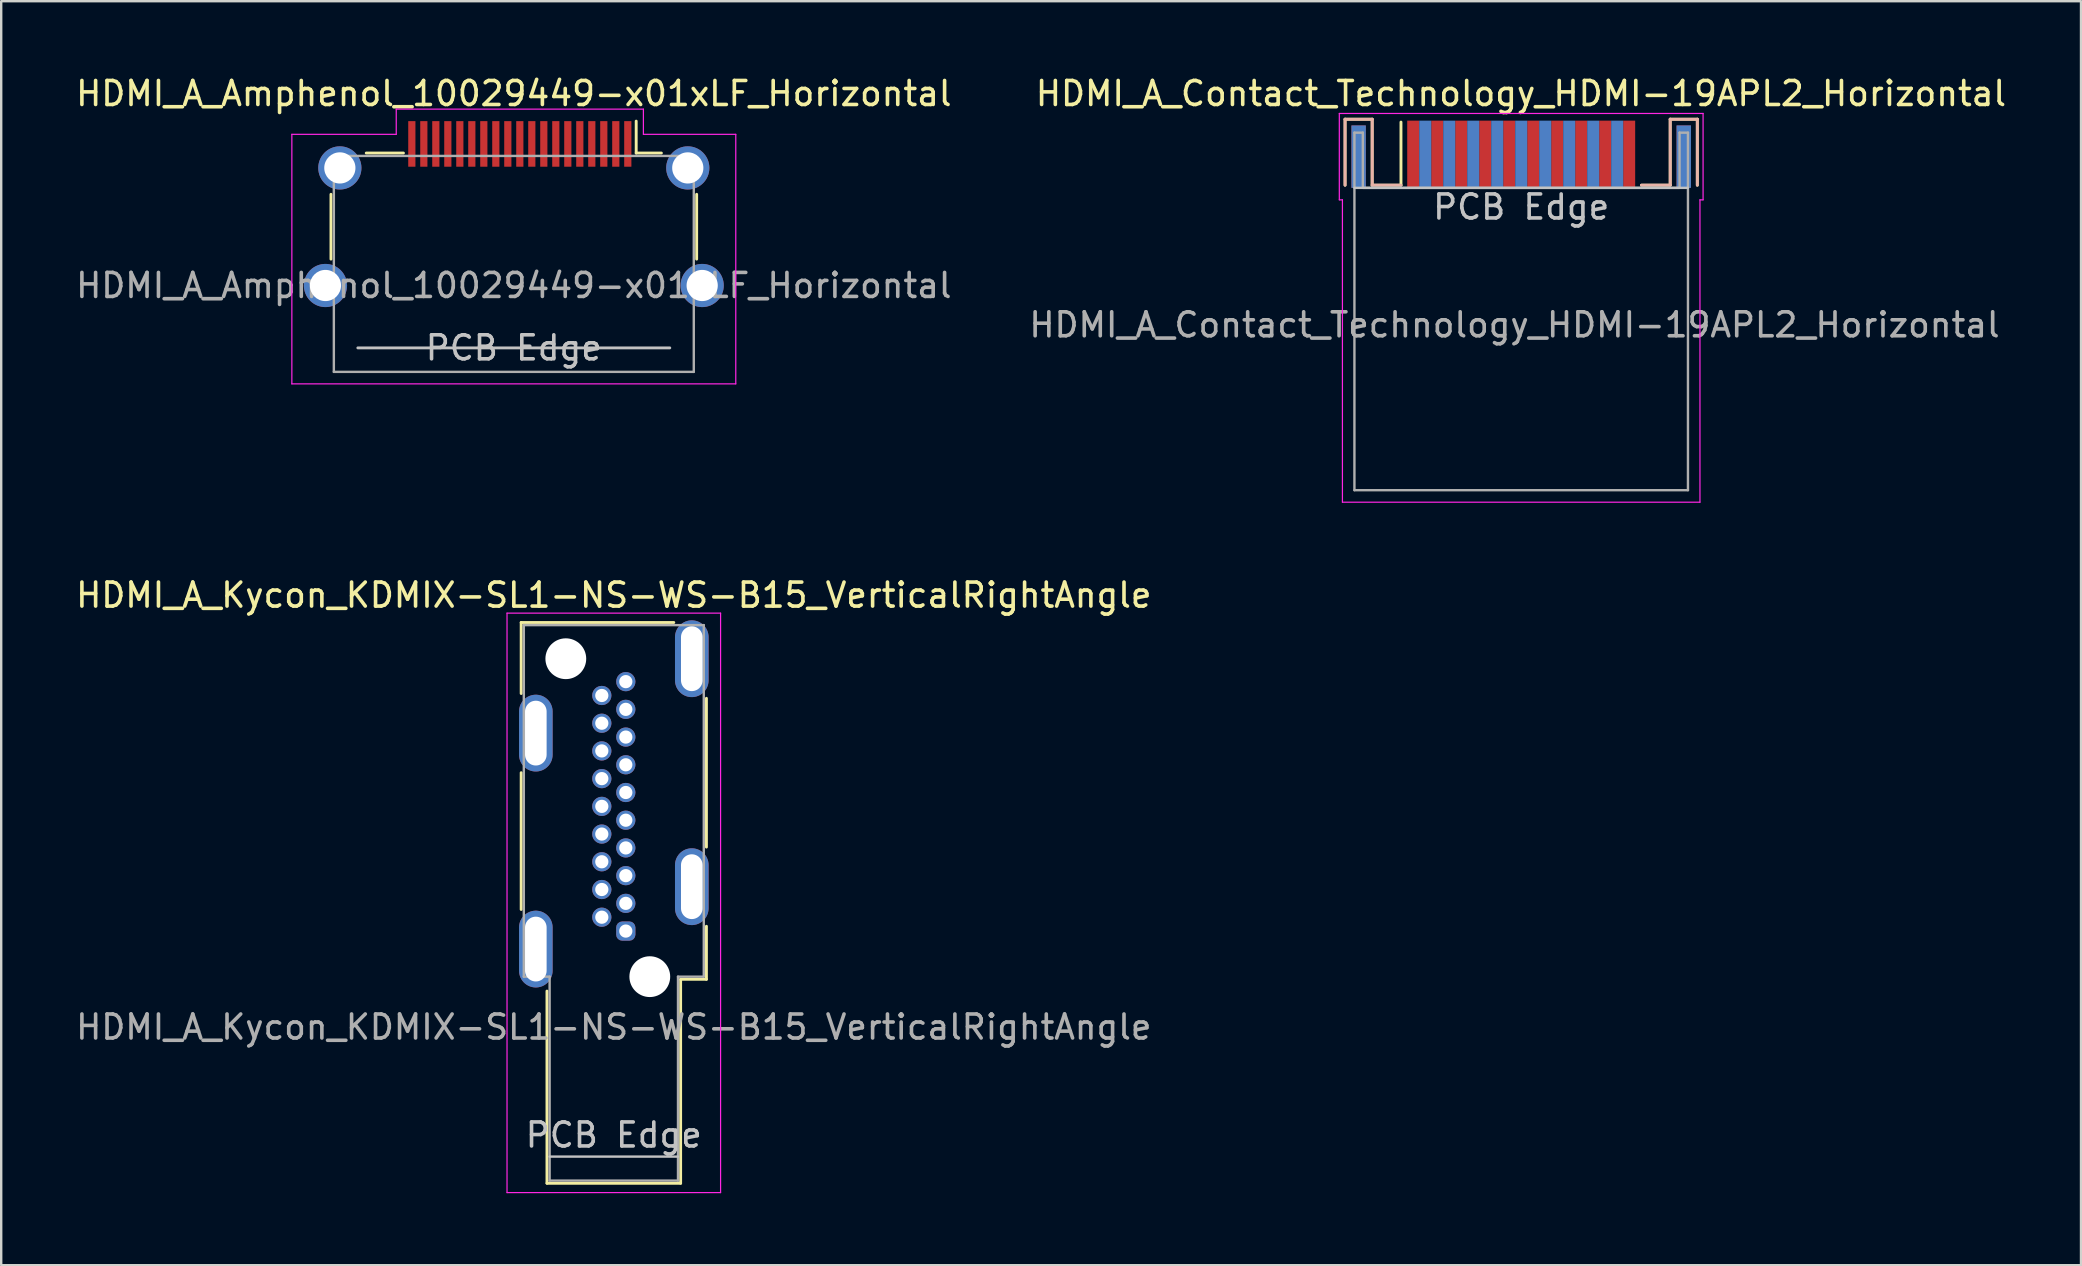
<source format=kicad_pcb>
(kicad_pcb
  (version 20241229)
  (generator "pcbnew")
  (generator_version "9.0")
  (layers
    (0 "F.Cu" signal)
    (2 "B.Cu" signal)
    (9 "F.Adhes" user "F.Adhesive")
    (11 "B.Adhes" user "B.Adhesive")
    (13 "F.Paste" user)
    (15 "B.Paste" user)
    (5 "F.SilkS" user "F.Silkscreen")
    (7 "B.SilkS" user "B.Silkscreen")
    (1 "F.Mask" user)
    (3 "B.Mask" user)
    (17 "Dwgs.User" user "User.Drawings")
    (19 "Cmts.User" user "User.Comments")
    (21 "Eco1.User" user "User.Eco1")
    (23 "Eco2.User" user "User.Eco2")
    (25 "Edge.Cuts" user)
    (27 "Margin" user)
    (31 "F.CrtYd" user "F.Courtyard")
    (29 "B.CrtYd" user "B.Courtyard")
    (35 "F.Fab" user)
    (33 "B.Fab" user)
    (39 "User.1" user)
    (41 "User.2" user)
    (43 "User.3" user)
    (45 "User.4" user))
  (footprint "HDMI_A_Contact_Technology_HDMI-19APL2_Horizontal"
    (layer "F.Cu")
    (at 60.345 3.378)
    (property "Reference" "HDMI_A_Contact_Technology_HDMI-19APL2_Horizontal" (at -0.01 -2.53 0) (layer "F.SilkS") (effects (font (size 1 1) (thickness 0.15))))
    (attr smd)
    (fp_line (start -7.34 -1.46) (end -6.21 -1.46) (stroke (width 0.12) (type solid)) (layer "F.SilkS"))
    (fp_line (start -7.34 1.29) (end -7.34 -1.46) (stroke (width 0.12) (type solid)) (layer "F.SilkS"))
    (fp_line (start -6.21 -1.46) (end -6.21 1.29) (stroke (width 0.12) (type solid)) (layer "F.SilkS"))
    (fp_line (start -6.21 1.29) (end -5.01 1.29) (stroke (width 0.12) (type solid)) (layer "F.SilkS"))
    (fp_line (start -5.01 1.29) (end -5.01 -1.34) (stroke (width 0.12) (type solid)) (layer "F.SilkS"))
    (fp_line (start 6.21 -1.46) (end 6.21 1.29) (stroke (width 0.12) (type solid)) (layer "F.SilkS"))
    (fp_line (start 6.21 1.29) (end 5.01 1.29) (stroke (width 0.12) (type solid)) (layer "F.SilkS"))
    (fp_line (start 7.34 -1.46) (end 6.21 -1.46) (stroke (width 0.12) (type solid)) (layer "F.SilkS"))
    (fp_line (start 7.34 1.29) (end 7.34 -1.46) (stroke (width 0.12) (type solid)) (layer "F.SilkS"))
    (fp_line (start -7.34 -1.46) (end -6.21 -1.46) (stroke (width 0.12) (type solid)) (layer "B.SilkS"))
    (fp_line (start -7.34 1.29) (end -7.34 -1.46) (stroke (width 0.12) (type solid)) (layer "B.SilkS"))
    (fp_line (start -6.21 -1.46) (end -6.21 1.29) (stroke (width 0.12) (type solid)) (layer "B.SilkS"))
    (fp_line (start -6.21 1.29) (end -5.01 1.29) (stroke (width 0.12) (type solid)) (layer "B.SilkS"))
    (fp_line (start 6.21 -1.46) (end 6.21 1.29) (stroke (width 0.12) (type solid)) (layer "B.SilkS"))
    (fp_line (start 6.21 1.29) (end 5.01 1.29) (stroke (width 0.12) (type solid)) (layer "B.SilkS"))
    (fp_line (start 7.34 -1.46) (end 6.21 -1.46) (stroke (width 0.12) (type solid)) (layer "B.SilkS"))
    (fp_line (start 7.34 1.29) (end 7.34 -1.46) (stroke (width 0.12) (type solid)) (layer "B.SilkS"))
    (fp_line (start -6.95 1.4) (end 6.95 1.4) (stroke (width 0.1) (type solid)) (layer "Dwgs.User"))
    (fp_line (start -7.58 1.9) (end -7.58 -1.7) (stroke (width 0.05) (type solid)) (layer "F.CrtYd"))
    (fp_line (start -7.45 1.9) (end -7.58 1.9) (stroke (width 0.05) (type solid)) (layer "F.CrtYd"))
    (fp_line (start -7.45 14.5) (end -7.45 1.9) (stroke (width 0.05) (type solid)) (layer "F.CrtYd"))
    (fp_line (start -7.45 14.5) (end 7.45 14.5) (stroke (width 0.05) (type solid)) (layer "F.CrtYd"))
    (fp_line (start 7.45 1.9) (end 7.58 1.9) (stroke (width 0.05) (type solid)) (layer "F.CrtYd"))
    (fp_line (start 7.45 14.5) (end 7.45 1.9) (stroke (width 0.05) (type solid)) (layer "F.CrtYd"))
    (fp_line (start 7.58 -1.7) (end -7.58 -1.7) (stroke (width 0.05) (type solid)) (layer "F.CrtYd"))
    (fp_line (start 7.58 1.9) (end 7.58 -1.7) (stroke (width 0.05) (type solid)) (layer "F.CrtYd"))
    (fp_line (start -6.95 -0.9) (end -6.95 14) (stroke (width 0.1) (type solid)) (layer "F.Fab"))
    (fp_line (start -6.95 -0.9) (end -6.6 -0.9) (stroke (width 0.1) (type solid)) (layer "F.Fab"))
    (fp_line (start -6.95 14) (end 6.95 14) (stroke (width 0.1) (type solid)) (layer "F.Fab"))
    (fp_line (start -6.6 -0.9) (end -6.6 1.4) (stroke (width 0.1) (type solid)) (layer "F.Fab"))
    (fp_line (start -6.6 1.4) (end 6.6 1.4) (stroke (width 0.1) (type solid)) (layer "F.Fab"))
    (fp_line (start 6.6 -0.9) (end 6.6 1.4) (stroke (width 0.1) (type solid)) (layer "F.Fab"))
    (fp_line (start 6.95 -0.9) (end 6.6 -0.9) (stroke (width 0.1) (type solid)) (layer "F.Fab"))
    (fp_line (start 6.95 -0.9) (end 6.95 14) (stroke (width 0.1) (type solid)) (layer "F.Fab"))
    (fp_text user "PCB Edge" (at 0 2.2 0) (layer "Dwgs.User") (effects (font (size 1 1) (thickness 0.15))))
    (fp_text user "${REFERENCE}" (at -0.28 7.11 0) (layer "F.Fab") (effects (font (size 1 1) (thickness 0.15))))
    (pad "1" smd rect (at -4.5 0) (size 0.5 2.8) (layers "F.Cu" "F.Mask" "F.Paste"))
    (pad "2" smd rect (at -4 0) (size 0.5 2.8) (layers "B.Cu" "B.Mask" "B.Paste"))
    (pad "3" smd rect (at -3.5 0) (size 0.5 2.8) (layers "F.Cu" "F.Mask" "F.Paste"))
    (pad "4" smd rect (at -3 0) (size 0.5 2.8) (layers "B.Cu" "B.Mask" "B.Paste"))
    (pad "5" smd rect (at -2.5 0) (size 0.5 2.8) (layers "F.Cu" "F.Mask" "F.Paste"))
    (pad "6" smd rect (at -2 0) (size 0.5 2.8) (layers "B.Cu" "B.Mask" "B.Paste"))
    (pad "7" smd rect (at -1.5 0) (size 0.5 2.8) (layers "F.Cu" "F.Mask" "F.Paste"))
    (pad "8" smd rect (at -1 0) (size 0.5 2.8) (layers "B.Cu" "B.Mask" "B.Paste"))
    (pad "9" smd rect (at -0.5 0) (size 0.5 2.8) (layers "F.Cu" "F.Mask" "F.Paste"))
    (pad "10" smd rect (at 0 0) (size 0.5 2.8) (layers "B.Cu" "B.Mask" "B.Paste"))
    (pad "11" smd rect (at 0.5 0) (size 0.5 2.8) (layers "F.Cu" "F.Mask" "F.Paste"))
    (pad "12" smd rect (at 1 0) (size 0.5 2.8) (layers "B.Cu" "B.Mask" "B.Paste"))
    (pad "13" smd rect (at 1.5 0) (size 0.5 2.8) (layers "F.Cu" "F.Mask" "F.Paste"))
    (pad "14" smd rect (at 2 0) (size 0.5 2.8) (layers "B.Cu" "B.Mask" "B.Paste"))
    (pad "15" smd rect (at 2.5 0) (size 0.5 2.8) (layers "F.Cu" "F.Mask" "F.Paste"))
    (pad "16" smd rect (at 3 0) (size 0.5 2.8) (layers "B.Cu" "B.Mask" "B.Paste"))
    (pad "17" smd rect (at 3.5 0) (size 0.5 2.8) (layers "F.Cu" "F.Mask" "F.Paste"))
    (pad "18" smd rect (at 4 0) (size 0.5 2.8) (layers "B.Cu" "B.Mask" "B.Paste"))
    (pad "19" smd rect (at 4.5 0) (size 0.5 2.8) (layers "F.Cu" "F.Mask" "F.Paste"))
    (pad "SH" smd rect (at -6.775 0.1) (size 0.6 2.6) (layers "F.Cu" "F.Mask" "F.Paste"))
    (pad "SH" smd rect (at -6.775 0.1) (size 0.6 2.6) (layers "B.Cu" "B.Mask" "B.Paste"))
    (pad "SH" smd rect (at 6.775 0.1) (size 0.6 2.6) (layers "F.Cu" "F.Mask" "F.Paste"))
    (pad "SH" smd rect (at 6.775 0.1) (size 0.6 2.6) (layers "B.Cu" "B.Mask" "B.Paste")))
  (footprint "HDMI_A_Amphenol_10029449-x01xLF_Horizontal"
    (layer "F.Cu")
    (at 18.363 7.948)
    (property "Reference" "HDMI_A_Amphenol_10029449-x01xLF_Horizontal" (at 0 -7.1 0) (unlocked yes) (layer "F.SilkS") (effects (font (size 1 1) (thickness 0.15))))
    (attr smd)
    (fp_line (start -7.62 -0.2) (end -7.62 -2.9) (stroke (width 0.12) (type solid)) (layer "F.SilkS"))
    (fp_line (start -6.15 -4.62) (end -4.6 -4.62) (stroke (width 0.12) (type solid)) (layer "F.SilkS"))
    (fp_line (start 5.1 -5.95) (end 5.1 -4.62) (stroke (width 0.12) (type solid)) (layer "F.SilkS"))
    (fp_line (start 5.1 -4.62) (end 6.15 -4.62) (stroke (width 0.12) (type solid)) (layer "F.SilkS"))
    (fp_line (start 7.62 -2.9) (end 7.62 -0.2) (stroke (width 0.12) (type solid)) (layer "F.SilkS"))
    (fp_line (start -6.5 3.5) (end 6.5 3.5) (stroke (width 0.12) (type solid)) (layer "Dwgs.User"))
    (fp_line (start -9.25 -5.4) (end -4.9 -5.4) (stroke (width 0.05) (type solid)) (layer "F.CrtYd"))
    (fp_line (start -9.25 5) (end -9.25 -5.4) (stroke (width 0.05) (type solid)) (layer "F.CrtYd"))
    (fp_line (start -4.9 -6.45) (end 5.4 -6.45) (stroke (width 0.05) (type solid)) (layer "F.CrtYd"))
    (fp_line (start -4.9 -5.4) (end -4.9 -6.45) (stroke (width 0.05) (type solid)) (layer "F.CrtYd"))
    (fp_line (start 5.4 -6.45) (end 5.4 -5.4) (stroke (width 0.05) (type solid)) (layer "F.CrtYd"))
    (fp_line (start 5.4 -5.4) (end 9.25 -5.4) (stroke (width 0.05) (type solid)) (layer "F.CrtYd"))
    (fp_line (start 9.25 -5.4) (end 9.25 5) (stroke (width 0.05) (type solid)) (layer "F.CrtYd"))
    (fp_line (start 9.25 5) (end -9.25 5) (stroke (width 0.05) (type solid)) (layer "F.CrtYd"))
    (fp_line (start -7.5 4.5) (end -7.5 -4.5) (stroke (width 0.1) (type solid)) (layer "F.Fab"))
    (fp_line (start -7.5 4.5) (end 7.5 4.5) (stroke (width 0.1) (type solid)) (layer "F.Fab"))
    (fp_line (start 7.5 -4.5) (end -7.5 -4.5) (stroke (width 0.1) (type solid)) (layer "F.Fab"))
    (fp_line (start 7.5 4.5) (end 7.5 -4.5) (stroke (width 0.1) (type solid)) (layer "F.Fab"))
    (fp_text user "PCB Edge" (at 0 3.5 0) (unlocked yes) (layer "Dwgs.User") (effects (font (size 1 1) (thickness 0.15))))
    (fp_text user "${REFERENCE}" (at 0 0.9 0) (unlocked yes) (layer "F.Fab") (effects (font (size 1 1) (thickness 0.15))))
    (pad "1" smd rect (at 4.75 -5) (size 0.3 1.9) (layers "F.Cu" "F.Mask" "F.Paste"))
    (pad "2" smd rect (at 4.25 -5) (size 0.3 1.9) (layers "F.Cu" "F.Mask" "F.Paste"))
    (pad "3" smd rect (at 3.75 -5) (size 0.3 1.9) (layers "F.Cu" "F.Mask" "F.Paste"))
    (pad "4" smd rect (at 3.25 -5) (size 0.3 1.9) (layers "F.Cu" "F.Mask" "F.Paste"))
    (pad "5" smd rect (at 2.75 -5) (size 0.3 1.9) (layers "F.Cu" "F.Mask" "F.Paste"))
    (pad "6" smd rect (at 2.25 -5) (size 0.3 1.9) (layers "F.Cu" "F.Mask" "F.Paste"))
    (pad "7" smd rect (at 1.75 -5) (size 0.3 1.9) (layers "F.Cu" "F.Mask" "F.Paste"))
    (pad "8" smd rect (at 1.25 -5) (size 0.3 1.9) (layers "F.Cu" "F.Mask" "F.Paste"))
    (pad "9" smd rect (at 0.75 -5) (size 0.3 1.9) (layers "F.Cu" "F.Mask" "F.Paste"))
    (pad "10" smd rect (at 0.25 -5) (size 0.3 1.9) (layers "F.Cu" "F.Mask" "F.Paste"))
    (pad "11" smd rect (at -0.25 -5) (size 0.3 1.9) (layers "F.Cu" "F.Mask" "F.Paste"))
    (pad "12" smd rect (at -0.75 -5) (size 0.3 1.9) (layers "F.Cu" "F.Mask" "F.Paste"))
    (pad "13" smd rect (at -1.25 -5) (size 0.3 1.9) (layers "F.Cu" "F.Mask" "F.Paste"))
    (pad "14" smd rect (at -1.75 -5) (size 0.3 1.9) (layers "F.Cu" "F.Mask" "F.Paste"))
    (pad "15" smd rect (at -2.25 -5) (size 0.3 1.9) (layers "F.Cu" "F.Mask" "F.Paste"))
    (pad "16" smd rect (at -2.75 -5) (size 0.3 1.9) (layers "F.Cu" "F.Mask" "F.Paste"))
    (pad "17" smd rect (at -3.25 -5) (size 0.3 1.9) (layers "F.Cu" "F.Mask" "F.Paste"))
    (pad "18" smd rect (at -3.75 -5) (size 0.3 1.9) (layers "F.Cu" "F.Mask" "F.Paste"))
    (pad "19" smd rect (at -4.25 -5) (size 0.3 1.9) (layers "F.Cu" "F.Mask" "F.Paste"))
    (pad "SH" thru_hole circle (at -7.85 0.9) (size 1.8 1.8) (drill 1.3) (layers "*.Cu" "*.Mask"))
    (pad "SH" thru_hole circle (at -7.25 -4) (size 1.8 1.8) (drill 1.3) (layers "*.Cu" "*.Mask"))
    (pad "SH" thru_hole circle (at 7.25 -4) (size 1.8 1.8) (drill 1.3) (layers "*.Cu" "*.Mask"))
    (pad "SH" thru_hole circle (at 7.85 0.9) (size 1.8 1.8) (drill 1.3) (layers "*.Cu" "*.Mask")))
  (footprint "HDMI_A_Kycon_KDMIX-SL1-NS-WS-B15_VerticalRightAngle"
    (layer "F.Cu")
    (at 23.03 35.752)
    (property "Reference" "HDMI_A_Kycon_KDMIX-SL1-NS-WS-B15_VerticalRightAngle" (at -0.5 -14 0) (layer "F.SilkS") (effects (font (size 1 1) (thickness 0.15))))
    (attr through_hole)
    (fp_line (start -4.36 -12.86) (end -4.36 -9.9) (stroke (width 0.12) (type solid)) (layer "F.SilkS"))
    (fp_line (start -4.36 -12.86) (end 2 -12.86) (stroke (width 0.12) (type solid)) (layer "F.SilkS"))
    (fp_line (start -4.36 -6.6) (end -4.36 -0.9) (stroke (width 0.12) (type solid)) (layer "F.SilkS"))
    (fp_line (start -3.285 10.51) (end -3.285 2.5) (stroke (width 0.12) (type solid)) (layer "F.SilkS"))
    (fp_line (start -3.285 10.51) (end 2.285 10.51) (stroke (width 0.12) (type solid)) (layer "F.SilkS"))
    (fp_line (start 2.285 2.01) (end 3.36 2.01) (stroke (width 0.12) (type solid)) (layer "F.SilkS"))
    (fp_line (start 2.285 10.51) (end 2.285 2.01) (stroke (width 0.12) (type solid)) (layer "F.SilkS"))
    (fp_line (start 3.36 -9.7) (end 3.36 -3.5) (stroke (width 0.12) (type solid)) (layer "F.SilkS"))
    (fp_line (start 3.36 2.01) (end 3.36 -0.2) (stroke (width 0.12) (type solid)) (layer "F.SilkS"))
    (fp_line (start -3.175 9.4) (end 2.175 9.4) (stroke (width 0.1) (type solid)) (layer "Dwgs.User"))
    (fp_line (start -4.95 -13.25) (end 3.95 -13.25) (stroke (width 0.05) (type solid)) (layer "F.CrtYd"))
    (fp_line (start -4.95 10.9) (end -4.95 -13.25) (stroke (width 0.05) (type solid)) (layer "F.CrtYd"))
    (fp_line (start -4.95 10.9) (end 3.95 10.9) (stroke (width 0.05) (type solid)) (layer "F.CrtYd"))
    (fp_line (start 3.95 -13.25) (end 3.95 10.9) (stroke (width 0.05) (type solid)) (layer "F.CrtYd"))
    (fp_line (start -4.25 -12.75) (end -4.25 1.9) (stroke (width 0.1) (type solid)) (layer "F.Fab"))
    (fp_line (start -4.25 -12.75) (end 3.25 -12.75) (stroke (width 0.1) (type solid)) (layer "F.Fab"))
    (fp_line (start -3.175 1.9) (end -4.25 1.9) (stroke (width 0.1) (type solid)) (layer "F.Fab"))
    (fp_line (start -3.175 1.9) (end -3.175 10.4) (stroke (width 0.1) (type solid)) (layer "F.Fab"))
    (fp_line (start -3.175 10.4) (end 2.175 10.4) (stroke (width 0.1) (type solid)) (layer "F.Fab"))
    (fp_line (start 2.175 1.9) (end 3.25 1.9) (stroke (width 0.1) (type solid)) (layer "F.Fab"))
    (fp_line (start 2.175 10.4) (end 2.175 1.9) (stroke (width 0.1) (type solid)) (layer "F.Fab"))
    (fp_line (start 3.25 1.9) (end 3.25 -12.75) (stroke (width 0.1) (type solid)) (layer "F.Fab"))
    (fp_text user "PCB Edge" (at -0.5 8.5 0) (layer "Dwgs.User") (effects (font (size 1 1) (thickness 0.15))))
    (fp_text user "${REFERENCE}" (at -0.5 4 0) (layer "F.Fab") (effects (font (size 1 1) (thickness 0.15))))
    (pad "" np_thru_hole circle (at -2.5 -11.35) (size 1.7 1.7) (drill 1.7) (layers "*.Cu" "*.Mask"))
    (pad "" np_thru_hole circle (at 1 1.9) (size 1.7 1.7) (drill 1.7) (layers "*.Cu" "*.Mask"))
    (pad "1" thru_hole roundrect (at 0 0) (size 0.8 0.8) (drill 0.55) (layers "*.Cu" "*.Mask") (roundrect_rratio 0.313))
    (pad "2" thru_hole circle (at -1 -0.578) (size 0.8 0.8) (drill 0.55) (layers "*.Cu" "*.Mask"))
    (pad "3" thru_hole circle (at 0 -1.155) (size 0.8 0.8) (drill 0.55) (layers "*.Cu" "*.Mask"))
    (pad "4" thru_hole circle (at -1 -1.732) (size 0.8 0.8) (drill 0.55) (layers "*.Cu" "*.Mask"))
    (pad "5" thru_hole circle (at 0 -2.31) (size 0.8 0.8) (drill 0.55) (layers "*.Cu" "*.Mask"))
    (pad "6" thru_hole circle (at -1 -2.888) (size 0.8 0.8) (drill 0.55) (layers "*.Cu" "*.Mask"))
    (pad "7" thru_hole circle (at 0 -3.465) (size 0.8 0.8) (drill 0.55) (layers "*.Cu" "*.Mask"))
    (pad "8" thru_hole circle (at -1 -4.043) (size 0.8 0.8) (drill 0.55) (layers "*.Cu" "*.Mask"))
    (pad "9" thru_hole circle (at 0 -4.62) (size 0.8 0.8) (drill 0.55) (layers "*.Cu" "*.Mask"))
    (pad "10" thru_hole circle (at -1 -5.197) (size 0.8 0.8) (drill 0.55) (layers "*.Cu" "*.Mask"))
    (pad "11" thru_hole circle (at 0 -5.775) (size 0.8 0.8) (drill 0.55) (layers "*.Cu" "*.Mask"))
    (pad "12" thru_hole circle (at -1 -6.353) (size 0.8 0.8) (drill 0.55) (layers "*.Cu" "*.Mask"))
    (pad "13" thru_hole circle (at 0 -6.93) (size 0.8 0.8) (drill 0.55) (layers "*.Cu" "*.Mask"))
    (pad "14" thru_hole circle (at -1 -7.508) (size 0.8 0.8) (drill 0.55) (layers "*.Cu" "*.Mask"))
    (pad "15" thru_hole circle (at 0 -8.085) (size 0.8 0.8) (drill 0.55) (layers "*.Cu" "*.Mask"))
    (pad "16" thru_hole circle (at -1 -8.662) (size 0.8 0.8) (drill 0.55) (layers "*.Cu" "*.Mask"))
    (pad "17" thru_hole circle (at 0 -9.24) (size 0.8 0.8) (drill 0.55) (layers "*.Cu" "*.Mask"))
    (pad "18" thru_hole circle (at -1 -9.818) (size 0.8 0.8) (drill 0.55) (layers "*.Cu" "*.Mask"))
    (pad "19" thru_hole circle (at 0 -10.395) (size 0.8 0.8) (drill 0.55) (layers "*.Cu" "*.Mask"))
    (pad "SH" thru_hole oval (at -3.75 -8.25) (size 1.4 3.2) (drill oval 0.9 2.7) (layers "*.Cu" "*.Mask"))
    (pad "SH" thru_hole oval (at -3.75 0.75) (size 1.4 3.2) (drill oval 0.9 2.7) (layers "*.Cu" "*.Mask"))
    (pad "SH" thru_hole oval (at 2.75 -11.35) (size 1.4 3.2) (drill oval 0.9 2.7) (layers "*.Cu" "*.Mask"))
    (pad "SH" thru_hole oval (at 2.75 -1.85) (size 1.4 3.2) (drill oval 0.9 2.7) (layers "*.Cu" "*.Mask")))
  (gr_rect
    (start -3 -3)
    (end 83.675 49.676)
    (stroke (width 0.1) (type default))
    (fill no)
    (layer "Edge.Cuts")))
</source>
